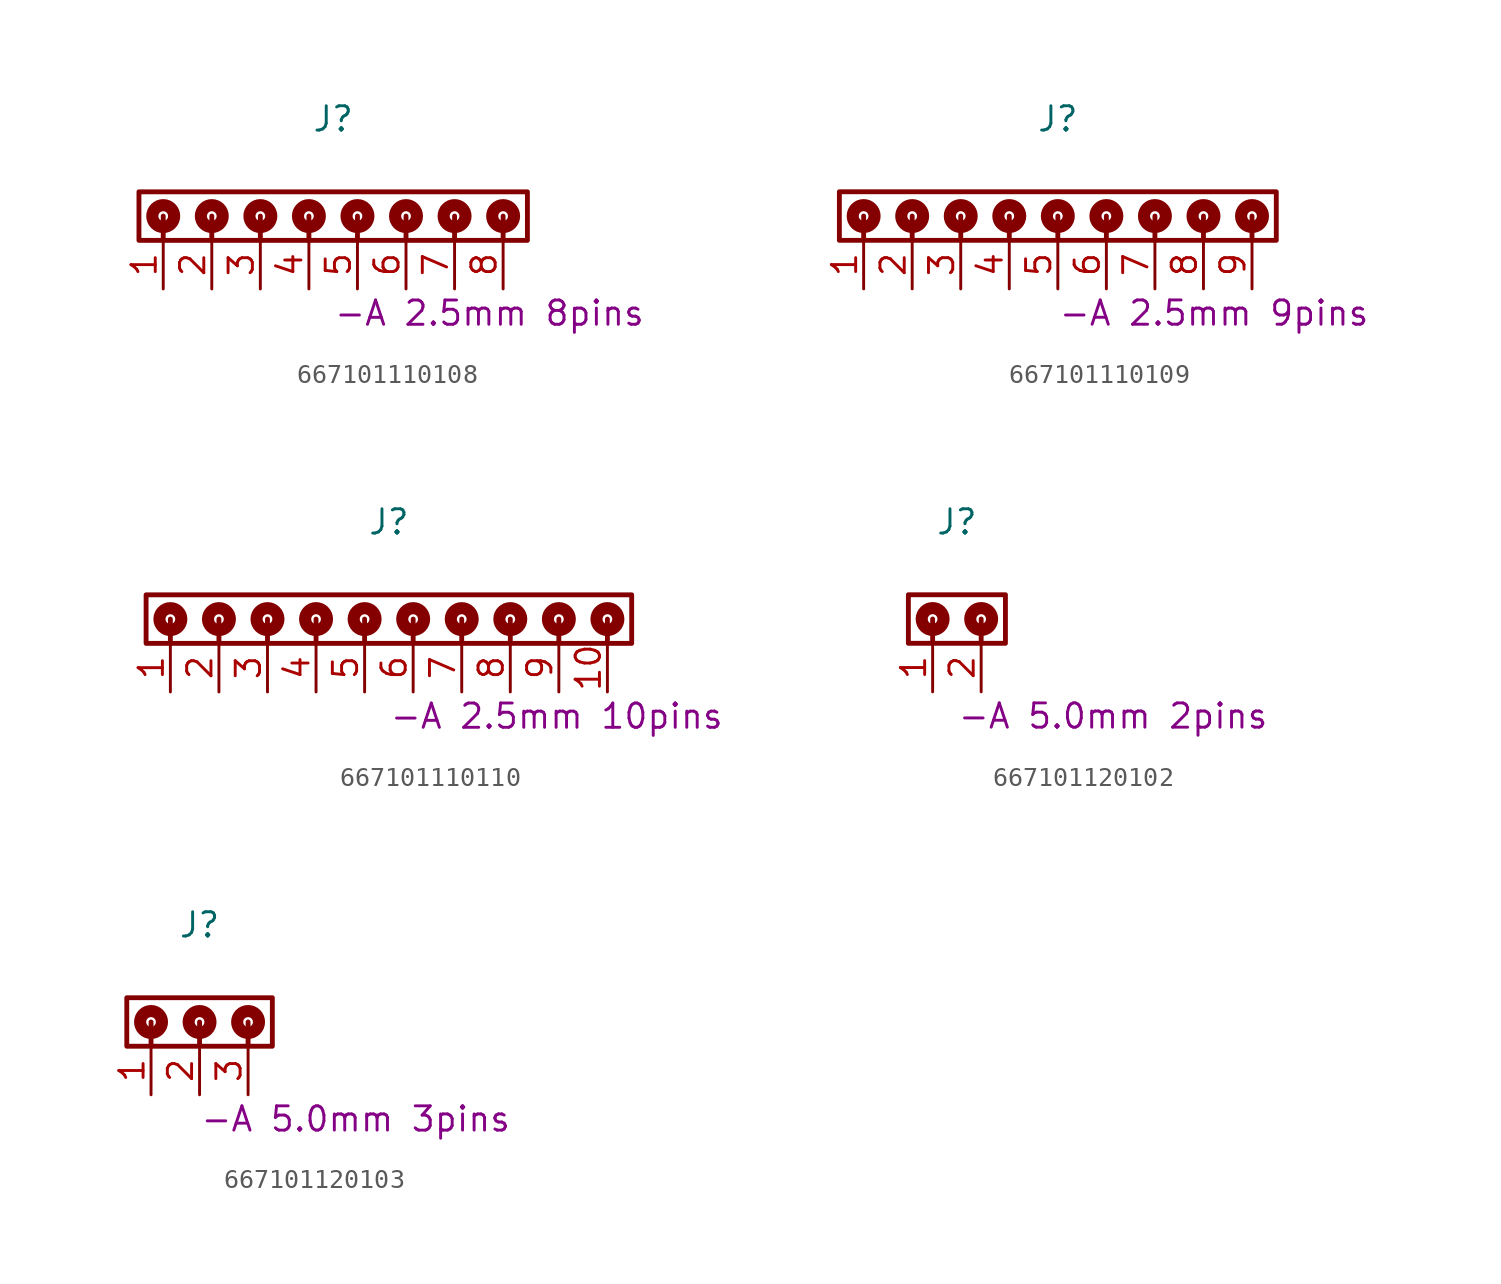
<source format=kicad_sym>
(kicad_symbol_lib
  (version 20220914)
  (generator kicad_symbol_editor)
  (symbol "667101110108"
    (pin_names hide)
    (property "Reference" "J"
      (at 0 5.08 0)
      (effects (font (size 1.27 1.27))))
    (property "Critical Parameter" "-A 2.5mm 8pins"
      (at 0 -5.08 0)
      (effects (font (size 1.27 1.27)) (justify left)))
    (symbol "667101110108_0_1"
      (rectangle (start -10.16 1.27) (end 10.16 -1.27) (stroke (width 0.254) (type default)) (fill (type none)))
      (circle (center -8.89 0) (radius 0.254) (stroke (width 0.635) (type default)) (fill (type none)))
      (polyline (pts (xy -8.89 0) (xy -8.89 -1.27)) (stroke (width 0.254) (type default)) (fill (type none)))
      (circle (center -6.35 0) (radius 0.254) (stroke (width 0.635) (type default)) (fill (type none)))
      (polyline (pts (xy -6.35 0) (xy -6.35 -1.27)) (stroke (width 0.254) (type default)) (fill (type none)))
      (circle (center -3.81 0) (radius 0.254) (stroke (width 0.635) (type default)) (fill (type none)))
      (polyline (pts (xy -3.81 0) (xy -3.81 -1.27)) (stroke (width 0.254) (type default)) (fill (type none)))
      (circle (center -1.27 0) (radius 0.254) (stroke (width 0.635) (type default)) (fill (type none)))
      (polyline (pts (xy -1.27 0) (xy -1.27 -1.27)) (stroke (width 0.254) (type default)) (fill (type none)))
      (circle (center 1.27 0) (radius 0.254) (stroke (width 0.635) (type default)) (fill (type none)))
      (polyline (pts (xy 1.27 0) (xy 1.27 -1.27)) (stroke (width 0.254) (type default)) (fill (type none)))
      (circle (center 3.81 0) (radius 0.254) (stroke (width 0.635) (type default)) (fill (type none)))
      (polyline (pts (xy 3.81 0) (xy 3.81 -1.27)) (stroke (width 0.254) (type default)) (fill (type none)))
      (circle (center 6.35 0) (radius 0.254) (stroke (width 0.635) (type default)) (fill (type none)))
      (polyline (pts (xy 6.35 0) (xy 6.35 -1.27)) (stroke (width 0.254) (type default)) (fill (type none)))
      (circle (center 8.89 0) (radius 0.254) (stroke (width 0.635) (type default)) (fill (type none)))
      (polyline (pts (xy 8.89 0) (xy 8.89 -1.27)) (stroke (width 0.254) (type default)) (fill (type none))))
    (symbol "667101110108_1_1"
      (pin passive line (at -8.89 -3.81 90) (length 2.54) (name "1" (effects (font (size 1.27 1.27)))) (number "1" (effects (font (size 1.27 1.27)))))
      (pin passive line (at -6.35 -3.81 90) (length 2.54) (name "2" (effects (font (size 1.27 1.27)))) (number "2" (effects (font (size 1.27 1.27)))))
      (pin passive line (at -3.81 -3.81 90) (length 2.54) (name "3" (effects (font (size 1.27 1.27)))) (number "3" (effects (font (size 1.27 1.27)))))
      (pin passive line (at -1.27 -3.81 90) (length 2.54) (name "4" (effects (font (size 1.27 1.27)))) (number "4" (effects (font (size 1.27 1.27)))))
      (pin passive line (at 1.27 -3.81 90) (length 2.54) (name "5" (effects (font (size 1.27 1.27)))) (number "5" (effects (font (size 1.27 1.27)))))
      (pin passive line (at 3.81 -3.81 90) (length 2.54) (name "6" (effects (font (size 1.27 1.27)))) (number "6" (effects (font (size 1.27 1.27)))))
      (pin passive line (at 6.35 -3.81 90) (length 2.54) (name "7" (effects (font (size 1.27 1.27)))) (number "7" (effects (font (size 1.27 1.27)))))
      (pin passive line (at 8.89 -3.81 90) (length 2.54) (name "8" (effects (font (size 1.27 1.27)))) (number "8" (effects (font (size 1.27 1.27)))))))
  (symbol "667101110109"
    (pin_names hide)
    (property "Reference" "J"
      (at 0 5.08 0)
      (effects (font (size 1.27 1.27))))
    (property "Critical Parameter" "-A 2.5mm 9pins"
      (at 0 -5.08 0)
      (effects (font (size 1.27 1.27)) (justify left)))
    (symbol "667101110109_0_1"
      (rectangle (start -11.43 1.27) (end 11.43 -1.27) (stroke (width 0.254) (type default)) (fill (type none)))
      (circle (center -10.16 0) (radius 0.254) (stroke (width 0.635) (type default)) (fill (type none)))
      (polyline (pts (xy -10.16 0) (xy -10.16 -1.27)) (stroke (width 0.254) (type default)) (fill (type none)))
      (circle (center -7.62 0) (radius 0.254) (stroke (width 0.635) (type default)) (fill (type none)))
      (polyline (pts (xy -7.62 0) (xy -7.62 -1.27)) (stroke (width 0.254) (type default)) (fill (type none)))
      (circle (center -5.08 0) (radius 0.254) (stroke (width 0.635) (type default)) (fill (type none)))
      (polyline (pts (xy -5.08 0) (xy -5.08 -1.27)) (stroke (width 0.254) (type default)) (fill (type none)))
      (circle (center -2.54 0) (radius 0.254) (stroke (width 0.635) (type default)) (fill (type none)))
      (polyline (pts (xy -2.54 0) (xy -2.54 -1.27)) (stroke (width 0.254) (type default)) (fill (type none)))
      (circle (center 0.0 0) (radius 0.254) (stroke (width 0.635) (type default)) (fill (type none)))
      (polyline (pts (xy 0.0 0) (xy 0.0 -1.27)) (stroke (width 0.254) (type default)) (fill (type none)))
      (circle (center 2.54 0) (radius 0.254) (stroke (width 0.635) (type default)) (fill (type none)))
      (polyline (pts (xy 2.54 0) (xy 2.54 -1.27)) (stroke (width 0.254) (type default)) (fill (type none)))
      (circle (center 5.08 0) (radius 0.254) (stroke (width 0.635) (type default)) (fill (type none)))
      (polyline (pts (xy 5.08 0) (xy 5.08 -1.27)) (stroke (width 0.254) (type default)) (fill (type none)))
      (circle (center 7.62 0) (radius 0.254) (stroke (width 0.635) (type default)) (fill (type none)))
      (polyline (pts (xy 7.62 0) (xy 7.62 -1.27)) (stroke (width 0.254) (type default)) (fill (type none)))
      (circle (center 10.16 0) (radius 0.254) (stroke (width 0.635) (type default)) (fill (type none)))
      (polyline (pts (xy 10.16 0) (xy 10.16 -1.27)) (stroke (width 0.254) (type default)) (fill (type none))))
    (symbol "667101110109_1_1"
      (pin passive line (at -10.16 -3.81 90) (length 2.54) (name "1" (effects (font (size 1.27 1.27)))) (number "1" (effects (font (size 1.27 1.27)))))
      (pin passive line (at -7.62 -3.81 90) (length 2.54) (name "2" (effects (font (size 1.27 1.27)))) (number "2" (effects (font (size 1.27 1.27)))))
      (pin passive line (at -5.08 -3.81 90) (length 2.54) (name "3" (effects (font (size 1.27 1.27)))) (number "3" (effects (font (size 1.27 1.27)))))
      (pin passive line (at -2.54 -3.81 90) (length 2.54) (name "4" (effects (font (size 1.27 1.27)))) (number "4" (effects (font (size 1.27 1.27)))))
      (pin passive line (at 0.0 -3.81 90) (length 2.54) (name "5" (effects (font (size 1.27 1.27)))) (number "5" (effects (font (size 1.27 1.27)))))
      (pin passive line (at 2.54 -3.81 90) (length 2.54) (name "6" (effects (font (size 1.27 1.27)))) (number "6" (effects (font (size 1.27 1.27)))))
      (pin passive line (at 5.08 -3.81 90) (length 2.54) (name "7" (effects (font (size 1.27 1.27)))) (number "7" (effects (font (size 1.27 1.27)))))
      (pin passive line (at 7.62 -3.81 90) (length 2.54) (name "8" (effects (font (size 1.27 1.27)))) (number "8" (effects (font (size 1.27 1.27)))))
      (pin passive line (at 10.16 -3.81 90) (length 2.54) (name "9" (effects (font (size 1.27 1.27)))) (number "9" (effects (font (size 1.27 1.27)))))))
  (symbol "667101110110"
    (pin_names hide)
    (property "Reference" "J"
      (at 0 5.08 0)
      (effects (font (size 1.27 1.27))))
    (property "Critical Parameter" "-A 2.5mm 10pins"
      (at 0 -5.08 0)
      (effects (font (size 1.27 1.27)) (justify left)))
    (symbol "667101110110_0_1"
      (rectangle (start -12.7 1.27) (end 12.7 -1.27) (stroke (width 0.254) (type default)) (fill (type none)))
      (circle (center -11.43 0) (radius 0.254) (stroke (width 0.635) (type default)) (fill (type none)))
      (polyline (pts (xy -11.43 0) (xy -11.43 -1.27)) (stroke (width 0.254) (type default)) (fill (type none)))
      (circle (center -8.89 0) (radius 0.254) (stroke (width 0.635) (type default)) (fill (type none)))
      (polyline (pts (xy -8.89 0) (xy -8.89 -1.27)) (stroke (width 0.254) (type default)) (fill (type none)))
      (circle (center -6.35 0) (radius 0.254) (stroke (width 0.635) (type default)) (fill (type none)))
      (polyline (pts (xy -6.35 0) (xy -6.35 -1.27)) (stroke (width 0.254) (type default)) (fill (type none)))
      (circle (center -3.81 0) (radius 0.254) (stroke (width 0.635) (type default)) (fill (type none)))
      (polyline (pts (xy -3.81 0) (xy -3.81 -1.27)) (stroke (width 0.254) (type default)) (fill (type none)))
      (circle (center -1.27 0) (radius 0.254) (stroke (width 0.635) (type default)) (fill (type none)))
      (polyline (pts (xy -1.27 0) (xy -1.27 -1.27)) (stroke (width 0.254) (type default)) (fill (type none)))
      (circle (center 1.27 0) (radius 0.254) (stroke (width 0.635) (type default)) (fill (type none)))
      (polyline (pts (xy 1.27 0) (xy 1.27 -1.27)) (stroke (width 0.254) (type default)) (fill (type none)))
      (circle (center 3.81 0) (radius 0.254) (stroke (width 0.635) (type default)) (fill (type none)))
      (polyline (pts (xy 3.81 0) (xy 3.81 -1.27)) (stroke (width 0.254) (type default)) (fill (type none)))
      (circle (center 6.35 0) (radius 0.254) (stroke (width 0.635) (type default)) (fill (type none)))
      (polyline (pts (xy 6.35 0) (xy 6.35 -1.27)) (stroke (width 0.254) (type default)) (fill (type none)))
      (circle (center 8.89 0) (radius 0.254) (stroke (width 0.635) (type default)) (fill (type none)))
      (polyline (pts (xy 8.89 0) (xy 8.89 -1.27)) (stroke (width 0.254) (type default)) (fill (type none)))
      (circle (center 11.43 0) (radius 0.254) (stroke (width 0.635) (type default)) (fill (type none)))
      (polyline (pts (xy 11.43 0) (xy 11.43 -1.27)) (stroke (width 0.254) (type default)) (fill (type none))))
    (symbol "667101110110_1_1"
      (pin passive line (at -11.43 -3.81 90) (length 2.54) (name "1" (effects (font (size 1.27 1.27)))) (number "1" (effects (font (size 1.27 1.27)))))
      (pin passive line (at -8.89 -3.81 90) (length 2.54) (name "2" (effects (font (size 1.27 1.27)))) (number "2" (effects (font (size 1.27 1.27)))))
      (pin passive line (at -6.35 -3.81 90) (length 2.54) (name "3" (effects (font (size 1.27 1.27)))) (number "3" (effects (font (size 1.27 1.27)))))
      (pin passive line (at -3.81 -3.81 90) (length 2.54) (name "4" (effects (font (size 1.27 1.27)))) (number "4" (effects (font (size 1.27 1.27)))))
      (pin passive line (at -1.27 -3.81 90) (length 2.54) (name "5" (effects (font (size 1.27 1.27)))) (number "5" (effects (font (size 1.27 1.27)))))
      (pin passive line (at 1.27 -3.81 90) (length 2.54) (name "6" (effects (font (size 1.27 1.27)))) (number "6" (effects (font (size 1.27 1.27)))))
      (pin passive line (at 3.81 -3.81 90) (length 2.54) (name "7" (effects (font (size 1.27 1.27)))) (number "7" (effects (font (size 1.27 1.27)))))
      (pin passive line (at 6.35 -3.81 90) (length 2.54) (name "8" (effects (font (size 1.27 1.27)))) (number "8" (effects (font (size 1.27 1.27)))))
      (pin passive line (at 8.89 -3.81 90) (length 2.54) (name "9" (effects (font (size 1.27 1.27)))) (number "9" (effects (font (size 1.27 1.27)))))
      (pin passive line (at 11.43 -3.81 90) (length 2.54) (name "10" (effects (font (size 1.27 1.27)))) (number "10" (effects (font (size 1.27 1.27)))))))
  (symbol "667101120102"
    (pin_names hide)
    (property "Reference" "J"
      (at 0 5.08 0)
      (effects (font (size 1.27 1.27))))
    (property "Critical Parameter" "-A 5.0mm 2pins"
      (at 0 -5.08 0)
      (effects (font (size 1.27 1.27)) (justify left)))
    (symbol "667101120102_0_1"
      (rectangle (start -2.54 1.27) (end 2.54 -1.27) (stroke (width 0.254) (type default)) (fill (type none)))
      (circle (center -1.27 0) (radius 0.254) (stroke (width 0.635) (type default)) (fill (type none)))
      (polyline (pts (xy -1.27 0) (xy -1.27 -1.27)) (stroke (width 0.254) (type default)) (fill (type none)))
      (circle (center 1.27 0) (radius 0.254) (stroke (width 0.635) (type default)) (fill (type none)))
      (polyline (pts (xy 1.27 0) (xy 1.27 -1.27)) (stroke (width 0.254) (type default)) (fill (type none))))
    (symbol "667101120102_1_1"
      (pin passive line (at -1.27 -3.81 90) (length 2.54) (name "1" (effects (font (size 1.27 1.27)))) (number "1" (effects (font (size 1.27 1.27)))))
      (pin passive line (at 1.27 -3.81 90) (length 2.54) (name "2" (effects (font (size 1.27 1.27)))) (number "2" (effects (font (size 1.27 1.27)))))))
  (symbol "667101120103"
    (pin_names hide)
    (property "Reference" "J"
      (at 0 5.08 0)
      (effects (font (size 1.27 1.27))))
    (property "Critical Parameter" "-A 5.0mm 3pins"
      (at 0 -5.08 0)
      (effects (font (size 1.27 1.27)) (justify left)))
    (symbol "667101120103_0_1"
      (rectangle (start -3.81 1.27) (end 3.81 -1.27) (stroke (width 0.254) (type default)) (fill (type none)))
      (circle (center -2.54 0) (radius 0.254) (stroke (width 0.635) (type default)) (fill (type none)))
      (polyline (pts (xy -2.54 0) (xy -2.54 -1.27)) (stroke (width 0.254) (type default)) (fill (type none)))
      (circle (center 0.0 0) (radius 0.254) (stroke (width 0.635) (type default)) (fill (type none)))
      (polyline (pts (xy 0.0 0) (xy 0.0 -1.27)) (stroke (width 0.254) (type default)) (fill (type none)))
      (circle (center 2.54 0) (radius 0.254) (stroke (width 0.635) (type default)) (fill (type none)))
      (polyline (pts (xy 2.54 0) (xy 2.54 -1.27)) (stroke (width 0.254) (type default)) (fill (type none))))
    (symbol "667101120103_1_1"
      (pin passive line (at -2.54 -3.81 90) (length 2.54) (name "1" (effects (font (size 1.27 1.27)))) (number "1" (effects (font (size 1.27 1.27)))))
      (pin passive line (at 0.0 -3.81 90) (length 2.54) (name "2" (effects (font (size 1.27 1.27)))) (number "2" (effects (font (size 1.27 1.27)))))
      (pin passive line (at 2.54 -3.81 90) (length 2.54) (name "3" (effects (font (size 1.27 1.27)))) (number "3" (effects (font (size 1.27 1.27))))))))
</source>
